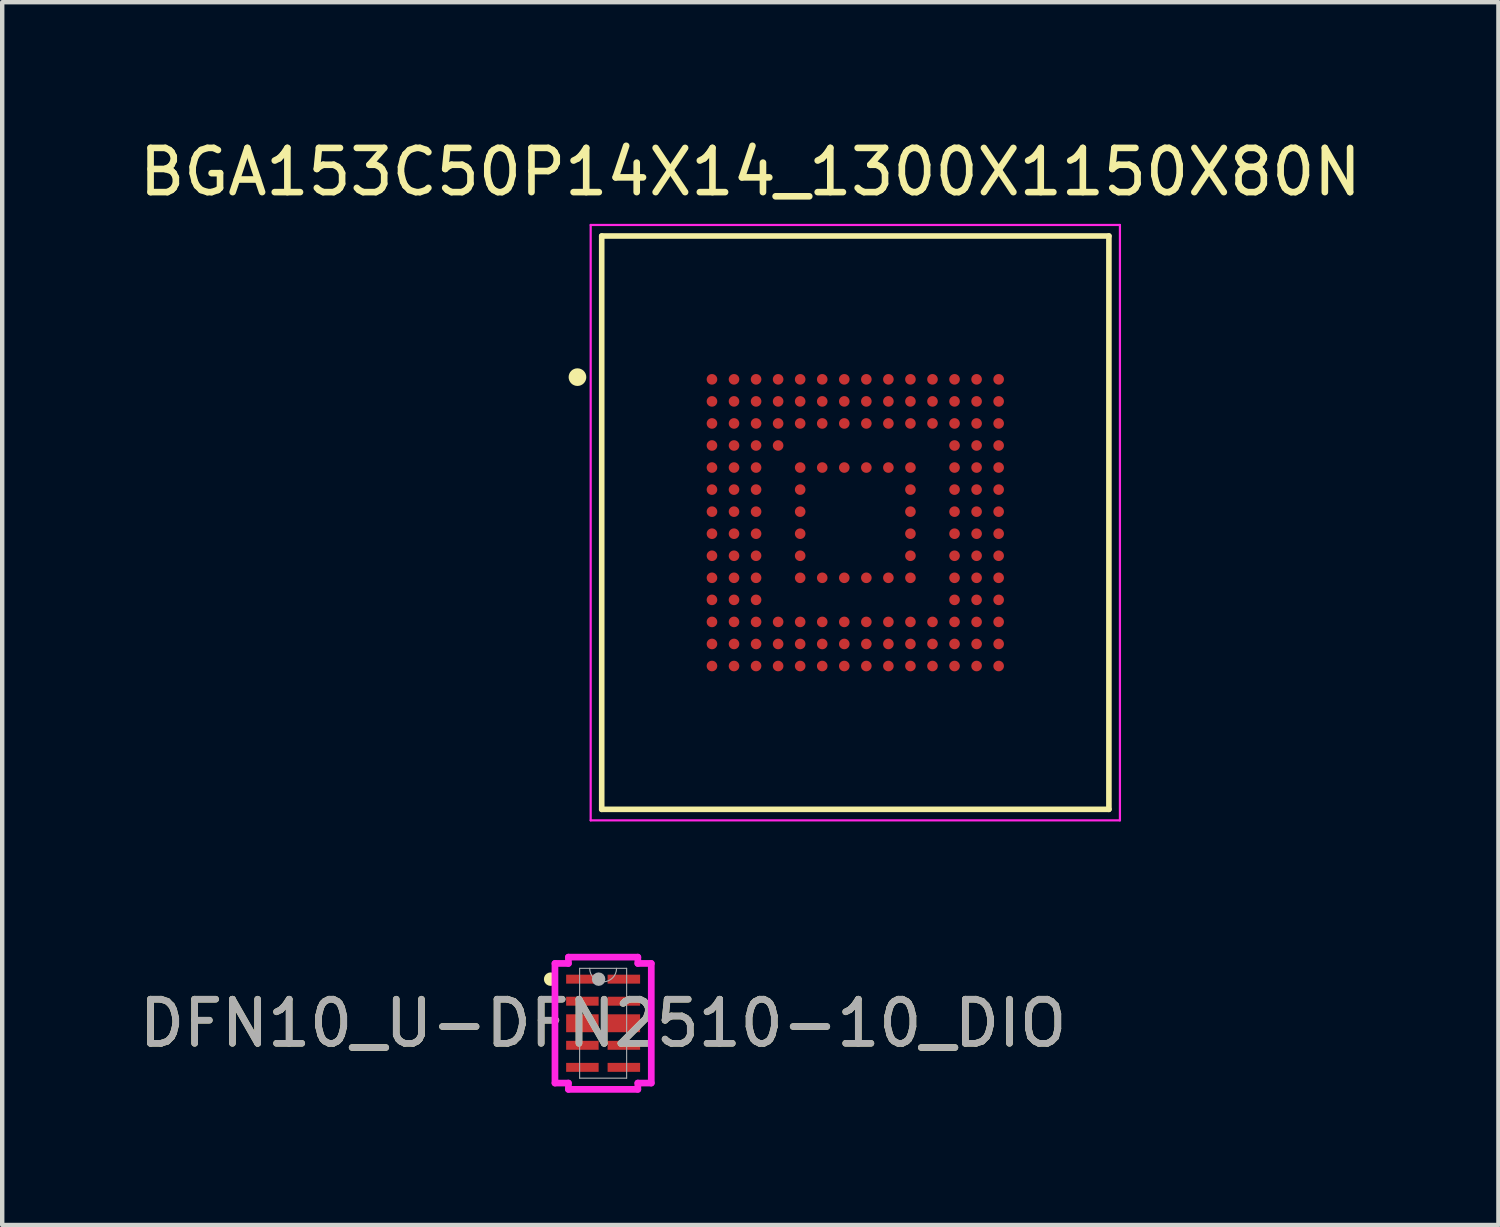
<source format=kicad_pcb>
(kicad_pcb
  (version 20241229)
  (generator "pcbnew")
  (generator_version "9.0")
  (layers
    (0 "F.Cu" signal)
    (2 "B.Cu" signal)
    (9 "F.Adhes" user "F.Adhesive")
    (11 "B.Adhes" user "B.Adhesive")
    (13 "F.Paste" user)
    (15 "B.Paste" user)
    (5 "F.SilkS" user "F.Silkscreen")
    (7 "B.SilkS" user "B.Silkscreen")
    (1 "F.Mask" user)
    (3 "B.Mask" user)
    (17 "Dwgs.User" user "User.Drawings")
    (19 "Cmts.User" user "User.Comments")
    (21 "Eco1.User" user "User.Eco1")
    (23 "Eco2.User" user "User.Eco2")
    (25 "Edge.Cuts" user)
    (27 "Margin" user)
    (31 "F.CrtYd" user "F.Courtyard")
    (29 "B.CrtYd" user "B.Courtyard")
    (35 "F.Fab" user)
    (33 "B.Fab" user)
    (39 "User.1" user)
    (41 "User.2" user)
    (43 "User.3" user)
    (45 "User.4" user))
  (footprint "BGA153C50P14X14_1300X1150X80N"
    (layer "F.Cu")
    (at 16.343 8.801)
    (property "Reference" "BGA153C50P14X14_1300X1150X80N" (at -2.38 -7.951 0) (layer "F.SilkS") (effects (font (size 1.002 1.002) (thickness 0.15))))
    (attr smd)
    (fp_line (start -5.75 6.5) (end -5.75 -6.5) (stroke (width 0.127) (type solid)) (layer "F.SilkS"))
    (fp_line (start 5.75 -6.5) (end -5.75 -6.5) (stroke (width 0.127) (type solid)) (layer "F.SilkS"))
    (fp_line (start 5.75 6.5) (end -5.75 6.5) (stroke (width 0.127) (type solid)) (layer "F.SilkS"))
    (fp_line (start 5.75 6.5) (end 5.75 -6.5) (stroke (width 0.127) (type solid)) (layer "F.SilkS"))
    (fp_circle (center -6.3 -3.3) (end -6.1 -3.3) (stroke (width 0) (type solid)) (fill yes) (layer "F.SilkS"))
    (fp_line (start -6 -6.75) (end 6 -6.75) (stroke (width 0.05) (type solid)) (layer "F.CrtYd"))
    (fp_line (start -6 6.75) (end -6 -6.75) (stroke (width 0.05) (type solid)) (layer "F.CrtYd"))
    (fp_line (start -6 6.75) (end 6 6.75) (stroke (width 0.05) (type solid)) (layer "F.CrtYd"))
    (fp_line (start 6 6.75) (end 6 -6.75) (stroke (width 0.05) (type solid)) (layer "F.CrtYd"))
    (pad "A1" smd circle (at -3.25 -3.25) (size 0.24 0.24) (layers "F.Cu" "F.Mask" "F.Paste"))
    (pad "A2" smd circle (at -2.75 -3.25) (size 0.24 0.24) (layers "F.Cu" "F.Mask" "F.Paste"))
    (pad "A3" smd circle (at -2.25 -3.25) (size 0.24 0.24) (layers "F.Cu" "F.Mask" "F.Paste"))
    (pad "A4" smd circle (at -1.75 -3.25) (size 0.24 0.24) (layers "F.Cu" "F.Mask" "F.Paste"))
    (pad "A5" smd circle (at -1.25 -3.25) (size 0.24 0.24) (layers "F.Cu" "F.Mask" "F.Paste"))
    (pad "A6" smd circle (at -0.75 -3.25) (size 0.24 0.24) (layers "F.Cu" "F.Mask" "F.Paste"))
    (pad "A7" smd circle (at -0.25 -3.25) (size 0.24 0.24) (layers "F.Cu" "F.Mask" "F.Paste"))
    (pad "A8" smd circle (at 0.25 -3.25) (size 0.24 0.24) (layers "F.Cu" "F.Mask" "F.Paste"))
    (pad "A9" smd circle (at 0.75 -3.25) (size 0.24 0.24) (layers "F.Cu" "F.Mask" "F.Paste"))
    (pad "A10" smd circle (at 1.25 -3.25) (size 0.24 0.24) (layers "F.Cu" "F.Mask" "F.Paste"))
    (pad "A11" smd circle (at 1.75 -3.25) (size 0.24 0.24) (layers "F.Cu" "F.Mask" "F.Paste"))
    (pad "A12" smd circle (at 2.25 -3.25) (size 0.24 0.24) (layers "F.Cu" "F.Mask" "F.Paste"))
    (pad "A13" smd circle (at 2.75 -3.25) (size 0.24 0.24) (layers "F.Cu" "F.Mask" "F.Paste"))
    (pad "A14" smd circle (at 3.25 -3.25) (size 0.24 0.24) (layers "F.Cu" "F.Mask" "F.Paste"))
    (pad "B1" smd circle (at -3.25 -2.75) (size 0.24 0.24) (layers "F.Cu" "F.Mask" "F.Paste"))
    (pad "B2" smd circle (at -2.75 -2.75) (size 0.24 0.24) (layers "F.Cu" "F.Mask" "F.Paste"))
    (pad "B3" smd circle (at -2.25 -2.75) (size 0.24 0.24) (layers "F.Cu" "F.Mask" "F.Paste"))
    (pad "B4" smd circle (at -1.75 -2.75) (size 0.24 0.24) (layers "F.Cu" "F.Mask" "F.Paste"))
    (pad "B5" smd circle (at -1.25 -2.75) (size 0.24 0.24) (layers "F.Cu" "F.Mask" "F.Paste"))
    (pad "B6" smd circle (at -0.75 -2.75) (size 0.24 0.24) (layers "F.Cu" "F.Mask" "F.Paste"))
    (pad "B7" smd circle (at -0.25 -2.75) (size 0.24 0.24) (layers "F.Cu" "F.Mask" "F.Paste"))
    (pad "B8" smd circle (at 0.25 -2.75) (size 0.24 0.24) (layers "F.Cu" "F.Mask" "F.Paste"))
    (pad "B9" smd circle (at 0.75 -2.75) (size 0.24 0.24) (layers "F.Cu" "F.Mask" "F.Paste"))
    (pad "B10" smd circle (at 1.25 -2.75) (size 0.24 0.24) (layers "F.Cu" "F.Mask" "F.Paste"))
    (pad "B11" smd circle (at 1.75 -2.75) (size 0.24 0.24) (layers "F.Cu" "F.Mask" "F.Paste"))
    (pad "B12" smd circle (at 2.25 -2.75) (size 0.24 0.24) (layers "F.Cu" "F.Mask" "F.Paste"))
    (pad "B13" smd circle (at 2.75 -2.75) (size 0.24 0.24) (layers "F.Cu" "F.Mask" "F.Paste"))
    (pad "B14" smd circle (at 3.25 -2.75) (size 0.24 0.24) (layers "F.Cu" "F.Mask" "F.Paste"))
    (pad "C1" smd circle (at -3.25 -2.25) (size 0.24 0.24) (layers "F.Cu" "F.Mask" "F.Paste"))
    (pad "C2" smd circle (at -2.75 -2.25) (size 0.24 0.24) (layers "F.Cu" "F.Mask" "F.Paste"))
    (pad "C3" smd circle (at -2.25 -2.25) (size 0.24 0.24) (layers "F.Cu" "F.Mask" "F.Paste"))
    (pad "C4" smd circle (at -1.75 -2.25) (size 0.24 0.24) (layers "F.Cu" "F.Mask" "F.Paste"))
    (pad "C5" smd circle (at -1.25 -2.25) (size 0.24 0.24) (layers "F.Cu" "F.Mask" "F.Paste"))
    (pad "C6" smd circle (at -0.75 -2.25) (size 0.24 0.24) (layers "F.Cu" "F.Mask" "F.Paste"))
    (pad "C7" smd circle (at -0.25 -2.25) (size 0.24 0.24) (layers "F.Cu" "F.Mask" "F.Paste"))
    (pad "C8" smd circle (at 0.25 -2.25) (size 0.24 0.24) (layers "F.Cu" "F.Mask" "F.Paste"))
    (pad "C9" smd circle (at 0.75 -2.25) (size 0.24 0.24) (layers "F.Cu" "F.Mask" "F.Paste"))
    (pad "C10" smd circle (at 1.25 -2.25) (size 0.24 0.24) (layers "F.Cu" "F.Mask" "F.Paste"))
    (pad "C11" smd circle (at 1.75 -2.25) (size 0.24 0.24) (layers "F.Cu" "F.Mask" "F.Paste"))
    (pad "C12" smd circle (at 2.25 -2.25) (size 0.24 0.24) (layers "F.Cu" "F.Mask" "F.Paste"))
    (pad "C13" smd circle (at 2.75 -2.25) (size 0.24 0.24) (layers "F.Cu" "F.Mask" "F.Paste"))
    (pad "C14" smd circle (at 3.25 -2.25) (size 0.24 0.24) (layers "F.Cu" "F.Mask" "F.Paste"))
    (pad "D1" smd circle (at -3.25 -1.75) (size 0.24 0.24) (layers "F.Cu" "F.Mask" "F.Paste"))
    (pad "D2" smd circle (at -2.75 -1.75) (size 0.24 0.24) (layers "F.Cu" "F.Mask" "F.Paste"))
    (pad "D3" smd circle (at -2.25 -1.75) (size 0.24 0.24) (layers "F.Cu" "F.Mask" "F.Paste"))
    (pad "D4" smd circle (at -1.75 -1.75) (size 0.24 0.24) (layers "F.Cu" "F.Mask" "F.Paste"))
    (pad "D12" smd circle (at 2.25 -1.75) (size 0.24 0.24) (layers "F.Cu" "F.Mask" "F.Paste"))
    (pad "D13" smd circle (at 2.75 -1.75) (size 0.24 0.24) (layers "F.Cu" "F.Mask" "F.Paste"))
    (pad "D14" smd circle (at 3.25 -1.75) (size 0.24 0.24) (layers "F.Cu" "F.Mask" "F.Paste"))
    (pad "E1" smd circle (at -3.25 -1.25) (size 0.24 0.24) (layers "F.Cu" "F.Mask" "F.Paste"))
    (pad "E2" smd circle (at -2.75 -1.25) (size 0.24 0.24) (layers "F.Cu" "F.Mask" "F.Paste"))
    (pad "E3" smd circle (at -2.25 -1.25) (size 0.24 0.24) (layers "F.Cu" "F.Mask" "F.Paste"))
    (pad "E5" smd circle (at -1.25 -1.25) (size 0.24 0.24) (layers "F.Cu" "F.Mask" "F.Paste"))
    (pad "E6" smd circle (at -0.75 -1.25) (size 0.24 0.24) (layers "F.Cu" "F.Mask" "F.Paste"))
    (pad "E7" smd circle (at -0.25 -1.25) (size 0.24 0.24) (layers "F.Cu" "F.Mask" "F.Paste"))
    (pad "E8" smd circle (at 0.25 -1.25) (size 0.24 0.24) (layers "F.Cu" "F.Mask" "F.Paste"))
    (pad "E9" smd circle (at 0.75 -1.25) (size 0.24 0.24) (layers "F.Cu" "F.Mask" "F.Paste"))
    (pad "E10" smd circle (at 1.25 -1.25) (size 0.24 0.24) (layers "F.Cu" "F.Mask" "F.Paste"))
    (pad "E12" smd circle (at 2.25 -1.25) (size 0.24 0.24) (layers "F.Cu" "F.Mask" "F.Paste"))
    (pad "E13" smd circle (at 2.75 -1.25) (size 0.24 0.24) (layers "F.Cu" "F.Mask" "F.Paste"))
    (pad "E14" smd circle (at 3.25 -1.25) (size 0.24 0.24) (layers "F.Cu" "F.Mask" "F.Paste"))
    (pad "F1" smd circle (at -3.25 -0.75) (size 0.24 0.24) (layers "F.Cu" "F.Mask" "F.Paste"))
    (pad "F2" smd circle (at -2.75 -0.75) (size 0.24 0.24) (layers "F.Cu" "F.Mask" "F.Paste"))
    (pad "F3" smd circle (at -2.25 -0.75) (size 0.24 0.24) (layers "F.Cu" "F.Mask" "F.Paste"))
    (pad "F5" smd circle (at -1.25 -0.75) (size 0.24 0.24) (layers "F.Cu" "F.Mask" "F.Paste"))
    (pad "F10" smd circle (at 1.25 -0.75) (size 0.24 0.24) (layers "F.Cu" "F.Mask" "F.Paste"))
    (pad "F12" smd circle (at 2.25 -0.75) (size 0.24 0.24) (layers "F.Cu" "F.Mask" "F.Paste"))
    (pad "F13" smd circle (at 2.75 -0.75) (size 0.24 0.24) (layers "F.Cu" "F.Mask" "F.Paste"))
    (pad "F14" smd circle (at 3.25 -0.75) (size 0.24 0.24) (layers "F.Cu" "F.Mask" "F.Paste"))
    (pad "G1" smd circle (at -3.25 -0.25) (size 0.24 0.24) (layers "F.Cu" "F.Mask" "F.Paste"))
    (pad "G2" smd circle (at -2.75 -0.25) (size 0.24 0.24) (layers "F.Cu" "F.Mask" "F.Paste"))
    (pad "G3" smd circle (at -2.25 -0.25) (size 0.24 0.24) (layers "F.Cu" "F.Mask" "F.Paste"))
    (pad "G5" smd circle (at -1.25 -0.25) (size 0.24 0.24) (layers "F.Cu" "F.Mask" "F.Paste"))
    (pad "G10" smd circle (at 1.25 -0.25) (size 0.24 0.24) (layers "F.Cu" "F.Mask" "F.Paste"))
    (pad "G12" smd circle (at 2.25 -0.25) (size 0.24 0.24) (layers "F.Cu" "F.Mask" "F.Paste"))
    (pad "G13" smd circle (at 2.75 -0.25) (size 0.24 0.24) (layers "F.Cu" "F.Mask" "F.Paste"))
    (pad "G14" smd circle (at 3.25 -0.25) (size 0.24 0.24) (layers "F.Cu" "F.Mask" "F.Paste"))
    (pad "H1" smd circle (at -3.25 0.25) (size 0.24 0.24) (layers "F.Cu" "F.Mask" "F.Paste"))
    (pad "H2" smd circle (at -2.75 0.25) (size 0.24 0.24) (layers "F.Cu" "F.Mask" "F.Paste"))
    (pad "H3" smd circle (at -2.25 0.25) (size 0.24 0.24) (layers "F.Cu" "F.Mask" "F.Paste"))
    (pad "H5" smd circle (at -1.25 0.25) (size 0.24 0.24) (layers "F.Cu" "F.Mask" "F.Paste"))
    (pad "H10" smd circle (at 1.25 0.25) (size 0.24 0.24) (layers "F.Cu" "F.Mask" "F.Paste"))
    (pad "H12" smd circle (at 2.25 0.25) (size 0.24 0.24) (layers "F.Cu" "F.Mask" "F.Paste"))
    (pad "H13" smd circle (at 2.75 0.25) (size 0.24 0.24) (layers "F.Cu" "F.Mask" "F.Paste"))
    (pad "H14" smd circle (at 3.25 0.25) (size 0.24 0.24) (layers "F.Cu" "F.Mask" "F.Paste"))
    (pad "J1" smd circle (at -3.25 0.75) (size 0.24 0.24) (layers "F.Cu" "F.Mask" "F.Paste"))
    (pad "J2" smd circle (at -2.75 0.75) (size 0.24 0.24) (layers "F.Cu" "F.Mask" "F.Paste"))
    (pad "J3" smd circle (at -2.25 0.75) (size 0.24 0.24) (layers "F.Cu" "F.Mask" "F.Paste"))
    (pad "J5" smd circle (at -1.25 0.75) (size 0.24 0.24) (layers "F.Cu" "F.Mask" "F.Paste"))
    (pad "J10" smd circle (at 1.25 0.75) (size 0.24 0.24) (layers "F.Cu" "F.Mask" "F.Paste"))
    (pad "J12" smd circle (at 2.25 0.75) (size 0.24 0.24) (layers "F.Cu" "F.Mask" "F.Paste"))
    (pad "J13" smd circle (at 2.75 0.75) (size 0.24 0.24) (layers "F.Cu" "F.Mask" "F.Paste"))
    (pad "J14" smd circle (at 3.25 0.75) (size 0.24 0.24) (layers "F.Cu" "F.Mask" "F.Paste"))
    (pad "K1" smd circle (at -3.25 1.25) (size 0.24 0.24) (layers "F.Cu" "F.Mask" "F.Paste"))
    (pad "K2" smd circle (at -2.75 1.25) (size 0.24 0.24) (layers "F.Cu" "F.Mask" "F.Paste"))
    (pad "K3" smd circle (at -2.25 1.25) (size 0.24 0.24) (layers "F.Cu" "F.Mask" "F.Paste"))
    (pad "K5" smd circle (at -1.25 1.25) (size 0.24 0.24) (layers "F.Cu" "F.Mask" "F.Paste"))
    (pad "K6" smd circle (at -0.75 1.25) (size 0.24 0.24) (layers "F.Cu" "F.Mask" "F.Paste"))
    (pad "K7" smd circle (at -0.25 1.25) (size 0.24 0.24) (layers "F.Cu" "F.Mask" "F.Paste"))
    (pad "K8" smd circle (at 0.25 1.25) (size 0.24 0.24) (layers "F.Cu" "F.Mask" "F.Paste"))
    (pad "K9" smd circle (at 0.75 1.25) (size 0.24 0.24) (layers "F.Cu" "F.Mask" "F.Paste"))
    (pad "K10" smd circle (at 1.25 1.25) (size 0.24 0.24) (layers "F.Cu" "F.Mask" "F.Paste"))
    (pad "K12" smd circle (at 2.25 1.25) (size 0.24 0.24) (layers "F.Cu" "F.Mask" "F.Paste"))
    (pad "K13" smd circle (at 2.75 1.25) (size 0.24 0.24) (layers "F.Cu" "F.Mask" "F.Paste"))
    (pad "K14" smd circle (at 3.25 1.25) (size 0.24 0.24) (layers "F.Cu" "F.Mask" "F.Paste"))
    (pad "L1" smd circle (at -3.25 1.75) (size 0.24 0.24) (layers "F.Cu" "F.Mask" "F.Paste"))
    (pad "L2" smd circle (at -2.75 1.75) (size 0.24 0.24) (layers "F.Cu" "F.Mask" "F.Paste"))
    (pad "L3" smd circle (at -2.25 1.75) (size 0.24 0.24) (layers "F.Cu" "F.Mask" "F.Paste"))
    (pad "L12" smd circle (at 2.25 1.75) (size 0.24 0.24) (layers "F.Cu" "F.Mask" "F.Paste"))
    (pad "L13" smd circle (at 2.75 1.75) (size 0.24 0.24) (layers "F.Cu" "F.Mask" "F.Paste"))
    (pad "L14" smd circle (at 3.25 1.75) (size 0.24 0.24) (layers "F.Cu" "F.Mask" "F.Paste"))
    (pad "M1" smd circle (at -3.25 2.25) (size 0.24 0.24) (layers "F.Cu" "F.Mask" "F.Paste"))
    (pad "M2" smd circle (at -2.75 2.25) (size 0.24 0.24) (layers "F.Cu" "F.Mask" "F.Paste"))
    (pad "M3" smd circle (at -2.25 2.25) (size 0.24 0.24) (layers "F.Cu" "F.Mask" "F.Paste"))
    (pad "M4" smd circle (at -1.75 2.25) (size 0.24 0.24) (layers "F.Cu" "F.Mask" "F.Paste"))
    (pad "M5" smd circle (at -1.25 2.25) (size 0.24 0.24) (layers "F.Cu" "F.Mask" "F.Paste"))
    (pad "M6" smd circle (at -0.75 2.25) (size 0.24 0.24) (layers "F.Cu" "F.Mask" "F.Paste"))
    (pad "M7" smd circle (at -0.25 2.25) (size 0.24 0.24) (layers "F.Cu" "F.Mask" "F.Paste"))
    (pad "M8" smd circle (at 0.25 2.25) (size 0.24 0.24) (layers "F.Cu" "F.Mask" "F.Paste"))
    (pad "M9" smd circle (at 0.75 2.25) (size 0.24 0.24) (layers "F.Cu" "F.Mask" "F.Paste"))
    (pad "M10" smd circle (at 1.25 2.25) (size 0.24 0.24) (layers "F.Cu" "F.Mask" "F.Paste"))
    (pad "M11" smd circle (at 1.75 2.25) (size 0.24 0.24) (layers "F.Cu" "F.Mask" "F.Paste"))
    (pad "M12" smd circle (at 2.25 2.25) (size 0.24 0.24) (layers "F.Cu" "F.Mask" "F.Paste"))
    (pad "M13" smd circle (at 2.75 2.25) (size 0.24 0.24) (layers "F.Cu" "F.Mask" "F.Paste"))
    (pad "M14" smd circle (at 3.25 2.25) (size 0.24 0.24) (layers "F.Cu" "F.Mask" "F.Paste"))
    (pad "N1" smd circle (at -3.25 2.75) (size 0.24 0.24) (layers "F.Cu" "F.Mask" "F.Paste"))
    (pad "N2" smd circle (at -2.75 2.75) (size 0.24 0.24) (layers "F.Cu" "F.Mask" "F.Paste"))
    (pad "N3" smd circle (at -2.25 2.75) (size 0.24 0.24) (layers "F.Cu" "F.Mask" "F.Paste"))
    (pad "N4" smd circle (at -1.75 2.75) (size 0.24 0.24) (layers "F.Cu" "F.Mask" "F.Paste"))
    (pad "N5" smd circle (at -1.25 2.75) (size 0.24 0.24) (layers "F.Cu" "F.Mask" "F.Paste"))
    (pad "N6" smd circle (at -0.75 2.75) (size 0.24 0.24) (layers "F.Cu" "F.Mask" "F.Paste"))
    (pad "N7" smd circle (at -0.25 2.75) (size 0.24 0.24) (layers "F.Cu" "F.Mask" "F.Paste"))
    (pad "N8" smd circle (at 0.25 2.75) (size 0.24 0.24) (layers "F.Cu" "F.Mask" "F.Paste"))
    (pad "N9" smd circle (at 0.75 2.75) (size 0.24 0.24) (layers "F.Cu" "F.Mask" "F.Paste"))
    (pad "N10" smd circle (at 1.25 2.75) (size 0.24 0.24) (layers "F.Cu" "F.Mask" "F.Paste"))
    (pad "N11" smd circle (at 1.75 2.75) (size 0.24 0.24) (layers "F.Cu" "F.Mask" "F.Paste"))
    (pad "N12" smd circle (at 2.25 2.75) (size 0.24 0.24) (layers "F.Cu" "F.Mask" "F.Paste"))
    (pad "N13" smd circle (at 2.75 2.75) (size 0.24 0.24) (layers "F.Cu" "F.Mask" "F.Paste"))
    (pad "N14" smd circle (at 3.25 2.75) (size 0.24 0.24) (layers "F.Cu" "F.Mask" "F.Paste"))
    (pad "P1" smd circle (at -3.25 3.25) (size 0.24 0.24) (layers "F.Cu" "F.Mask" "F.Paste"))
    (pad "P2" smd circle (at -2.75 3.25) (size 0.24 0.24) (layers "F.Cu" "F.Mask" "F.Paste"))
    (pad "P3" smd circle (at -2.25 3.25) (size 0.24 0.24) (layers "F.Cu" "F.Mask" "F.Paste"))
    (pad "P4" smd circle (at -1.75 3.25) (size 0.24 0.24) (layers "F.Cu" "F.Mask" "F.Paste"))
    (pad "P5" smd circle (at -1.25 3.25) (size 0.24 0.24) (layers "F.Cu" "F.Mask" "F.Paste"))
    (pad "P6" smd circle (at -0.75 3.25) (size 0.24 0.24) (layers "F.Cu" "F.Mask" "F.Paste"))
    (pad "P7" smd circle (at -0.25 3.25) (size 0.24 0.24) (layers "F.Cu" "F.Mask" "F.Paste"))
    (pad "P8" smd circle (at 0.25 3.25) (size 0.24 0.24) (layers "F.Cu" "F.Mask" "F.Paste"))
    (pad "P9" smd circle (at 0.75 3.25) (size 0.24 0.24) (layers "F.Cu" "F.Mask" "F.Paste"))
    (pad "P10" smd circle (at 1.25 3.25) (size 0.24 0.24) (layers "F.Cu" "F.Mask" "F.Paste"))
    (pad "P11" smd circle (at 1.75 3.25) (size 0.24 0.24) (layers "F.Cu" "F.Mask" "F.Paste"))
    (pad "P12" smd circle (at 2.25 3.25) (size 0.24 0.24) (layers "F.Cu" "F.Mask" "F.Paste"))
    (pad "P13" smd circle (at 2.75 3.25) (size 0.24 0.24) (layers "F.Cu" "F.Mask" "F.Paste"))
    (pad "P14" smd circle (at 3.25 3.25) (size 0.24 0.24) (layers "F.Cu" "F.Mask" "F.Paste")))
  (footprint "DFN10_U-DFN2510-10_DIO"
    (layer "F.Cu")
    (at 10.625 20.151)
    (property "Reference" "DFN10_U-DFN2510-10_DIO" (at 0 0 0) (unlocked yes) (layer "F.SilkS") (effects (font (size 1 1) (thickness 0.15))))
    (attr smd)
    (fp_arc (start -1.17094 -0.926171) (mid -1.266 -1) (end -1.17094 -1.073829) (stroke (width 0.1524) (type solid)) (layer "F.SilkS"))
    (fp_line (start -1.092 -1.356) (end -0.787 -1.356) (stroke (width 0.152) (type solid)) (layer "F.CrtYd"))
    (fp_line (start -1.092 1.356) (end -1.092 -1.356) (stroke (width 0.152) (type solid)) (layer "F.CrtYd"))
    (fp_line (start -1.092 1.356) (end -0.787 1.356) (stroke (width 0.152) (type solid)) (layer "F.CrtYd"))
    (fp_line (start -0.787 -1.499) (end 0.787 -1.499) (stroke (width 0.152) (type solid)) (layer "F.CrtYd"))
    (fp_line (start -0.787 -1.356) (end -0.787 -1.499) (stroke (width 0.152) (type solid)) (layer "F.CrtYd"))
    (fp_line (start -0.787 1.499) (end -0.787 1.356) (stroke (width 0.152) (type solid)) (layer "F.CrtYd"))
    (fp_line (start 0.787 -1.499) (end 0.787 -1.356) (stroke (width 0.152) (type solid)) (layer "F.CrtYd"))
    (fp_line (start 0.787 1.356) (end 0.787 1.499) (stroke (width 0.152) (type solid)) (layer "F.CrtYd"))
    (fp_line (start 0.787 1.499) (end -0.787 1.499) (stroke (width 0.152) (type solid)) (layer "F.CrtYd"))
    (fp_line (start 1.092 -1.356) (end 0.787 -1.356) (stroke (width 0.152) (type solid)) (layer "F.CrtYd"))
    (fp_line (start 1.092 -1.356) (end 1.092 1.356) (stroke (width 0.152) (type solid)) (layer "F.CrtYd"))
    (fp_line (start 1.092 1.356) (end 0.787 1.356) (stroke (width 0.152) (type solid)) (layer "F.CrtYd"))
    (fp_line (start -0.533 -1.245) (end -0.533 1.245) (stroke (width 0.025) (type solid)) (layer "F.Fab"))
    (fp_line (start -0.533 1.245) (end 0.533 1.245) (stroke (width 0.025) (type solid)) (layer "F.Fab"))
    (fp_line (start 0.533 -1.245) (end -0.533 -1.245) (stroke (width 0.025) (type solid)) (layer "F.Fab"))
    (fp_line (start 0.533 1.245) (end 0.533 -1.245) (stroke (width 0.025) (type solid)) (layer "F.Fab"))
    (fp_arc (start 0.3048 -1.2446) (mid 0 -0.9398) (end -0.3048 -1.2446) (stroke (width 0.0254) (type solid)) (layer "F.Fab"))
    (fp_circle (center -0.102 -1) (end -0.025 -1) (stroke (width 0.152) (type solid)) (fill no) (layer "F.Fab"))
    (fp_text user "${REFERENCE}" (at 0 0 0) (unlocked yes) (layer "F.Fab") (effects (font (size 1 1) (thickness 0.15))))
    (pad "1" smd rect (at -0.47 -1) (size 0.737 0.203) (layers "F.Cu" "F.Mask" "F.Paste"))
    (pad "2" smd rect (at -0.47 -0.5) (size 0.737 0.203) (layers "F.Cu" "F.Mask" "F.Paste"))
    (pad "3" smd rect (at -0.47 0) (size 0.737 0.406) (layers "F.Cu" "F.Mask" "F.Paste"))
    (pad "4" smd rect (at -0.47 0.5) (size 0.737 0.203) (layers "F.Cu" "F.Mask" "F.Paste"))
    (pad "5" smd rect (at -0.47 1) (size 0.737 0.203) (layers "F.Cu" "F.Mask" "F.Paste"))
    (pad "6" smd rect (at 0.47 1) (size 0.737 0.203) (layers "F.Cu" "F.Mask" "F.Paste"))
    (pad "7" smd rect (at 0.47 0.5) (size 0.737 0.203) (layers "F.Cu" "F.Mask" "F.Paste"))
    (pad "8" smd rect (at 0.47 0) (size 0.737 0.406) (layers "F.Cu" "F.Mask" "F.Paste"))
    (pad "9" smd rect (at 0.47 -0.5) (size 0.737 0.203) (layers "F.Cu" "F.Mask" "F.Paste"))
    (pad "10" smd rect (at 0.47 -1) (size 0.737 0.203) (layers "F.Cu" "F.Mask" "F.Paste")))
  (gr_rect
    (start -3 -3)
    (end 30.925 24.725)
    (stroke (width 0.1) (type default))
    (fill no)
    (layer "Edge.Cuts")))
</source>
